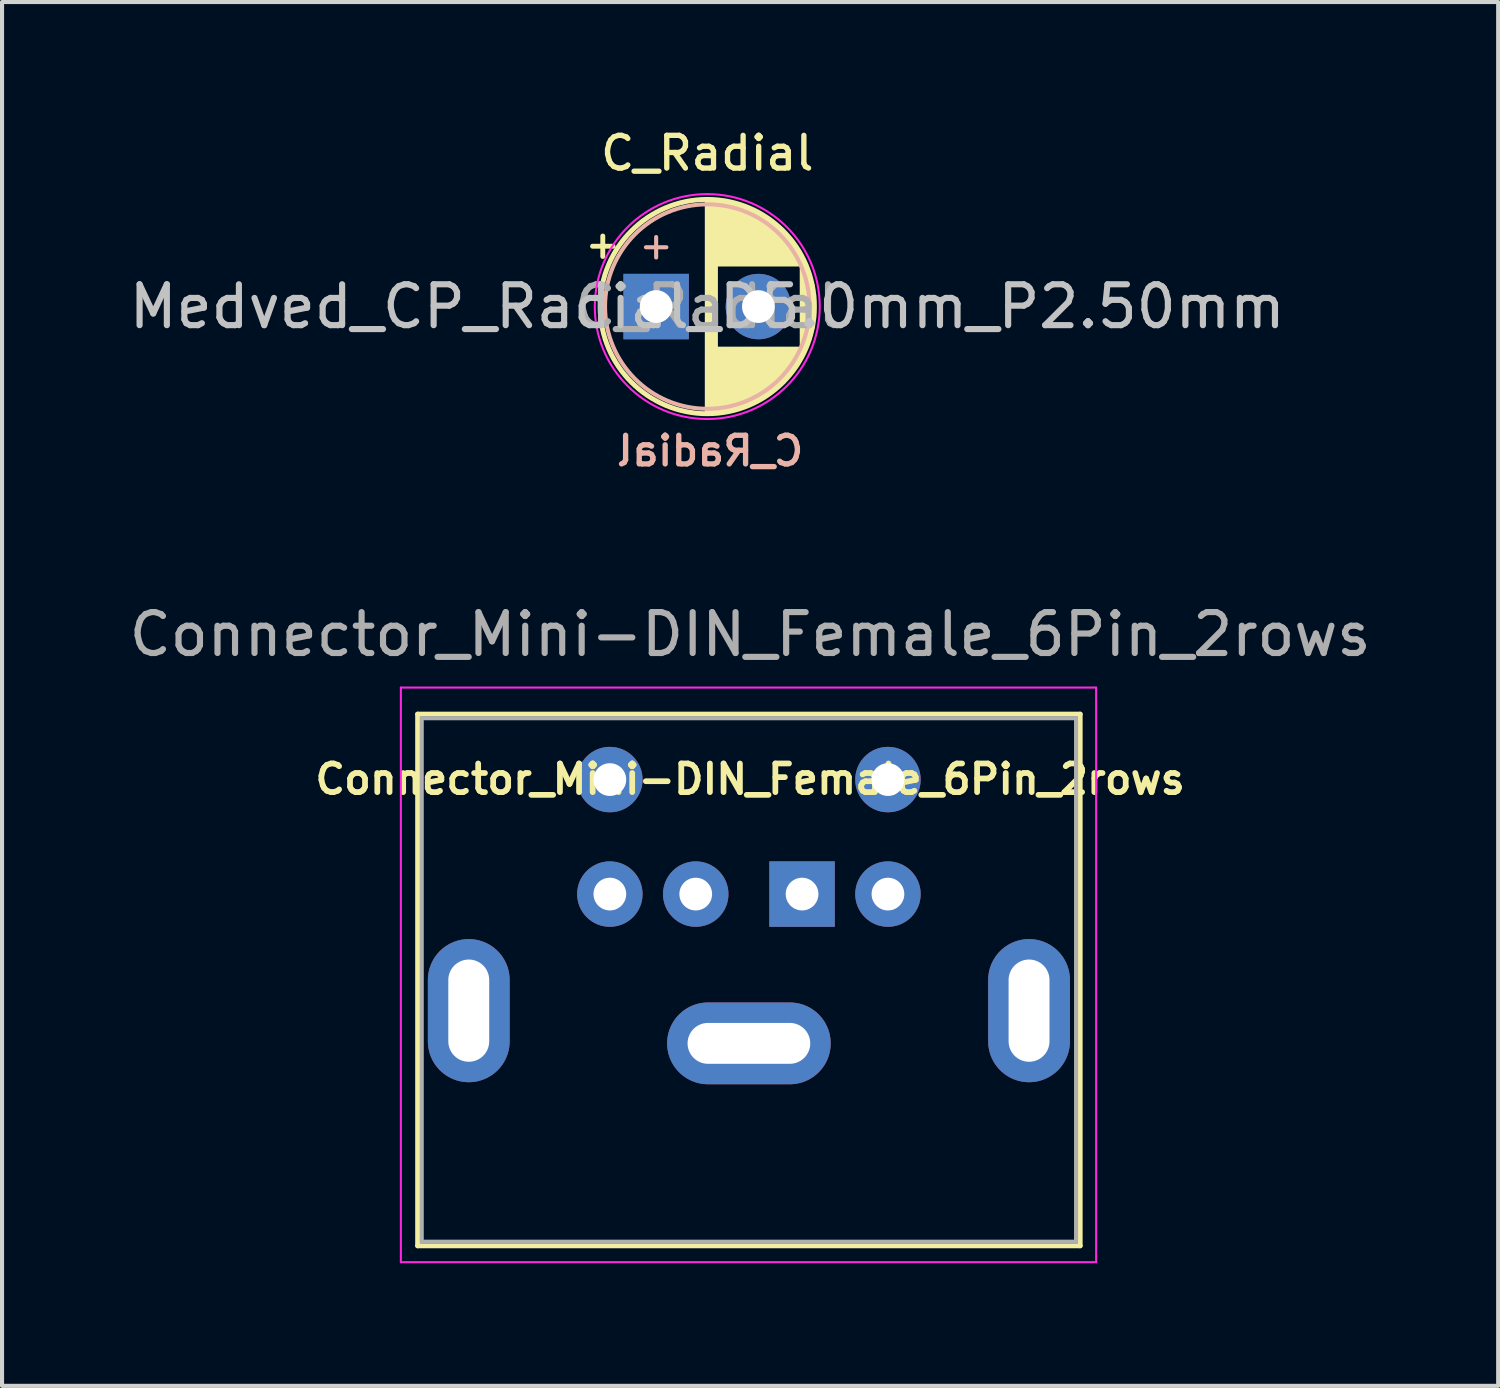
<source format=kicad_pcb>
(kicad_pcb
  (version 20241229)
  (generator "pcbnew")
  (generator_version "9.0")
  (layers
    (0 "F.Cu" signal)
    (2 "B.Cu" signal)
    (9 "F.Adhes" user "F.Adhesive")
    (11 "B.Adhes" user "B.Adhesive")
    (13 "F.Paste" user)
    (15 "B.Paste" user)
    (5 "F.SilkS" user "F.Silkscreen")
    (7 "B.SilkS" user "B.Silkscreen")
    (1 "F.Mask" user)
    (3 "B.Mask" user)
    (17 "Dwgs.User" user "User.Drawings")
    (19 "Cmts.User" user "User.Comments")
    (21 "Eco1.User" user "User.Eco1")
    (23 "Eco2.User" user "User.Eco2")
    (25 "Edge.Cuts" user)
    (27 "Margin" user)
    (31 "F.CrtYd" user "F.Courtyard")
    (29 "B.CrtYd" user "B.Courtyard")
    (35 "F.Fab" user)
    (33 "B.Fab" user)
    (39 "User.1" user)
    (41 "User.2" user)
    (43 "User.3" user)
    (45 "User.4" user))
  (footprint "C_Radial"
    (layer "F.Cu")
    (at 12.994 4.446)
    (property "Reference" "C_Radial" (at 1.25 -3.75 0) (layer "F.SilkS") (effects (font (size 0.8 0.8) (thickness 0.13))))
    (property "Value" "Medved_CP_Radial_D5.0mm_P2.50mm" (at 1.25 3.75 0) (layer "F.Fab") (hide yes) (effects (font (size 1 1) (thickness 0.15))))
    (attr through_hole)
    (fp_line (start -1.555 -1.475) (end -1.055 -1.475) (stroke (width 0.12) (type solid)) (layer "F.SilkS"))
    (fp_line (start -1.305 -1.725) (end -1.305 -1.225) (stroke (width 0.12) (type solid)) (layer "F.SilkS"))
    (fp_line (start 1.25 -2.58) (end 1.25 2.58) (stroke (width 0.12) (type solid)) (layer "F.SilkS"))
    (fp_line (start 1.29 -2.58) (end 1.29 2.58) (stroke (width 0.12) (type solid)) (layer "F.SilkS"))
    (fp_line (start 1.33 -2.579) (end 1.33 2.579) (stroke (width 0.12) (type solid)) (layer "F.SilkS"))
    (fp_line (start 1.37 -2.578) (end 1.37 2.578) (stroke (width 0.12) (type solid)) (layer "F.SilkS"))
    (fp_line (start 1.41 -2.576) (end 1.41 2.576) (stroke (width 0.12) (type solid)) (layer "F.SilkS"))
    (fp_line (start 1.45 -2.573) (end 1.45 2.573) (stroke (width 0.12) (type solid)) (layer "F.SilkS"))
    (fp_line (start 1.49 -2.569) (end 1.49 -1.04) (stroke (width 0.12) (type solid)) (layer "F.SilkS"))
    (fp_line (start 1.49 1.04) (end 1.49 2.569) (stroke (width 0.12) (type solid)) (layer "F.SilkS"))
    (fp_line (start 1.53 -2.565) (end 1.53 -1.04) (stroke (width 0.12) (type solid)) (layer "F.SilkS"))
    (fp_line (start 1.53 1.04) (end 1.53 2.565) (stroke (width 0.12) (type solid)) (layer "F.SilkS"))
    (fp_line (start 1.57 -2.561) (end 1.57 -1.04) (stroke (width 0.12) (type solid)) (layer "F.SilkS"))
    (fp_line (start 1.57 1.04) (end 1.57 2.561) (stroke (width 0.12) (type solid)) (layer "F.SilkS"))
    (fp_line (start 1.61 -2.556) (end 1.61 -1.04) (stroke (width 0.12) (type solid)) (layer "F.SilkS"))
    (fp_line (start 1.61 1.04) (end 1.61 2.556) (stroke (width 0.12) (type solid)) (layer "F.SilkS"))
    (fp_line (start 1.65 -2.55) (end 1.65 -1.04) (stroke (width 0.12) (type solid)) (layer "F.SilkS"))
    (fp_line (start 1.65 1.04) (end 1.65 2.55) (stroke (width 0.12) (type solid)) (layer "F.SilkS"))
    (fp_line (start 1.69 -2.543) (end 1.69 -1.04) (stroke (width 0.12) (type solid)) (layer "F.SilkS"))
    (fp_line (start 1.69 1.04) (end 1.69 2.543) (stroke (width 0.12) (type solid)) (layer "F.SilkS"))
    (fp_line (start 1.73 -2.536) (end 1.73 -1.04) (stroke (width 0.12) (type solid)) (layer "F.SilkS"))
    (fp_line (start 1.73 1.04) (end 1.73 2.536) (stroke (width 0.12) (type solid)) (layer "F.SilkS"))
    (fp_line (start 1.77 -2.528) (end 1.77 -1.04) (stroke (width 0.12) (type solid)) (layer "F.SilkS"))
    (fp_line (start 1.77 1.04) (end 1.77 2.528) (stroke (width 0.12) (type solid)) (layer "F.SilkS"))
    (fp_line (start 1.81 -2.52) (end 1.81 -1.04) (stroke (width 0.12) (type solid)) (layer "F.SilkS"))
    (fp_line (start 1.81 1.04) (end 1.81 2.52) (stroke (width 0.12) (type solid)) (layer "F.SilkS"))
    (fp_line (start 1.85 -2.511) (end 1.85 -1.04) (stroke (width 0.12) (type solid)) (layer "F.SilkS"))
    (fp_line (start 1.85 1.04) (end 1.85 2.511) (stroke (width 0.12) (type solid)) (layer "F.SilkS"))
    (fp_line (start 1.89 -2.501) (end 1.89 -1.04) (stroke (width 0.12) (type solid)) (layer "F.SilkS"))
    (fp_line (start 1.89 1.04) (end 1.89 2.501) (stroke (width 0.12) (type solid)) (layer "F.SilkS"))
    (fp_line (start 1.93 -2.491) (end 1.93 -1.04) (stroke (width 0.12) (type solid)) (layer "F.SilkS"))
    (fp_line (start 1.93 1.04) (end 1.93 2.491) (stroke (width 0.12) (type solid)) (layer "F.SilkS"))
    (fp_line (start 1.971 -2.48) (end 1.971 -1.04) (stroke (width 0.12) (type solid)) (layer "F.SilkS"))
    (fp_line (start 1.971 1.04) (end 1.971 2.48) (stroke (width 0.12) (type solid)) (layer "F.SilkS"))
    (fp_line (start 2.011 -2.468) (end 2.011 -1.04) (stroke (width 0.12) (type solid)) (layer "F.SilkS"))
    (fp_line (start 2.011 1.04) (end 2.011 2.468) (stroke (width 0.12) (type solid)) (layer "F.SilkS"))
    (fp_line (start 2.051 -2.455) (end 2.051 -1.04) (stroke (width 0.12) (type solid)) (layer "F.SilkS"))
    (fp_line (start 2.051 1.04) (end 2.051 2.455) (stroke (width 0.12) (type solid)) (layer "F.SilkS"))
    (fp_line (start 2.091 -2.442) (end 2.091 -1.04) (stroke (width 0.12) (type solid)) (layer "F.SilkS"))
    (fp_line (start 2.091 1.04) (end 2.091 2.442) (stroke (width 0.12) (type solid)) (layer "F.SilkS"))
    (fp_line (start 2.131 -2.428) (end 2.131 -1.04) (stroke (width 0.12) (type solid)) (layer "F.SilkS"))
    (fp_line (start 2.131 1.04) (end 2.131 2.428) (stroke (width 0.12) (type solid)) (layer "F.SilkS"))
    (fp_line (start 2.171 -2.414) (end 2.171 -1.04) (stroke (width 0.12) (type solid)) (layer "F.SilkS"))
    (fp_line (start 2.171 1.04) (end 2.171 2.414) (stroke (width 0.12) (type solid)) (layer "F.SilkS"))
    (fp_line (start 2.211 -2.398) (end 2.211 -1.04) (stroke (width 0.12) (type solid)) (layer "F.SilkS"))
    (fp_line (start 2.211 1.04) (end 2.211 2.398) (stroke (width 0.12) (type solid)) (layer "F.SilkS"))
    (fp_line (start 2.251 -2.382) (end 2.251 -1.04) (stroke (width 0.12) (type solid)) (layer "F.SilkS"))
    (fp_line (start 2.251 1.04) (end 2.251 2.382) (stroke (width 0.12) (type solid)) (layer "F.SilkS"))
    (fp_line (start 2.291 -2.365) (end 2.291 -1.04) (stroke (width 0.12) (type solid)) (layer "F.SilkS"))
    (fp_line (start 2.291 1.04) (end 2.291 2.365) (stroke (width 0.12) (type solid)) (layer "F.SilkS"))
    (fp_line (start 2.331 -2.348) (end 2.331 -1.04) (stroke (width 0.12) (type solid)) (layer "F.SilkS"))
    (fp_line (start 2.331 1.04) (end 2.331 2.348) (stroke (width 0.12) (type solid)) (layer "F.SilkS"))
    (fp_line (start 2.371 -2.329) (end 2.371 -1.04) (stroke (width 0.12) (type solid)) (layer "F.SilkS"))
    (fp_line (start 2.371 1.04) (end 2.371 2.329) (stroke (width 0.12) (type solid)) (layer "F.SilkS"))
    (fp_line (start 2.411 -2.31) (end 2.411 -1.04) (stroke (width 0.12) (type solid)) (layer "F.SilkS"))
    (fp_line (start 2.411 1.04) (end 2.411 2.31) (stroke (width 0.12) (type solid)) (layer "F.SilkS"))
    (fp_line (start 2.451 -2.29) (end 2.451 -1.04) (stroke (width 0.12) (type solid)) (layer "F.SilkS"))
    (fp_line (start 2.451 1.04) (end 2.451 2.29) (stroke (width 0.12) (type solid)) (layer "F.SilkS"))
    (fp_line (start 2.491 -2.268) (end 2.491 -1.04) (stroke (width 0.12) (type solid)) (layer "F.SilkS"))
    (fp_line (start 2.491 1.04) (end 2.491 2.268) (stroke (width 0.12) (type solid)) (layer "F.SilkS"))
    (fp_line (start 2.531 -2.247) (end 2.531 -1.04) (stroke (width 0.12) (type solid)) (layer "F.SilkS"))
    (fp_line (start 2.531 1.04) (end 2.531 2.247) (stroke (width 0.12) (type solid)) (layer "F.SilkS"))
    (fp_line (start 2.571 -2.224) (end 2.571 -1.04) (stroke (width 0.12) (type solid)) (layer "F.SilkS"))
    (fp_line (start 2.571 1.04) (end 2.571 2.224) (stroke (width 0.12) (type solid)) (layer "F.SilkS"))
    (fp_line (start 2.611 -2.2) (end 2.611 -1.04) (stroke (width 0.12) (type solid)) (layer "F.SilkS"))
    (fp_line (start 2.611 1.04) (end 2.611 2.2) (stroke (width 0.12) (type solid)) (layer "F.SilkS"))
    (fp_line (start 2.651 -2.175) (end 2.651 -1.04) (stroke (width 0.12) (type solid)) (layer "F.SilkS"))
    (fp_line (start 2.651 1.04) (end 2.651 2.175) (stroke (width 0.12) (type solid)) (layer "F.SilkS"))
    (fp_line (start 2.691 -2.149) (end 2.691 -1.04) (stroke (width 0.12) (type solid)) (layer "F.SilkS"))
    (fp_line (start 2.691 1.04) (end 2.691 2.149) (stroke (width 0.12) (type solid)) (layer "F.SilkS"))
    (fp_line (start 2.731 -2.122) (end 2.731 -1.04) (stroke (width 0.12) (type solid)) (layer "F.SilkS"))
    (fp_line (start 2.731 1.04) (end 2.731 2.122) (stroke (width 0.12) (type solid)) (layer "F.SilkS"))
    (fp_line (start 2.771 -2.095) (end 2.771 -1.04) (stroke (width 0.12) (type solid)) (layer "F.SilkS"))
    (fp_line (start 2.771 1.04) (end 2.771 2.095) (stroke (width 0.12) (type solid)) (layer "F.SilkS"))
    (fp_line (start 2.811 -2.065) (end 2.811 -1.04) (stroke (width 0.12) (type solid)) (layer "F.SilkS"))
    (fp_line (start 2.811 1.04) (end 2.811 2.065) (stroke (width 0.12) (type solid)) (layer "F.SilkS"))
    (fp_line (start 2.851 -2.035) (end 2.851 -1.04) (stroke (width 0.12) (type solid)) (layer "F.SilkS"))
    (fp_line (start 2.851 1.04) (end 2.851 2.035) (stroke (width 0.12) (type solid)) (layer "F.SilkS"))
    (fp_line (start 2.891 -2.004) (end 2.891 -1.04) (stroke (width 0.12) (type solid)) (layer "F.SilkS"))
    (fp_line (start 2.891 1.04) (end 2.891 2.004) (stroke (width 0.12) (type solid)) (layer "F.SilkS"))
    (fp_line (start 2.931 -1.971) (end 2.931 -1.04) (stroke (width 0.12) (type solid)) (layer "F.SilkS"))
    (fp_line (start 2.931 1.04) (end 2.931 1.971) (stroke (width 0.12) (type solid)) (layer "F.SilkS"))
    (fp_line (start 2.971 -1.937) (end 2.971 -1.04) (stroke (width 0.12) (type solid)) (layer "F.SilkS"))
    (fp_line (start 2.971 1.04) (end 2.971 1.937) (stroke (width 0.12) (type solid)) (layer "F.SilkS"))
    (fp_line (start 3.011 -1.901) (end 3.011 -1.04) (stroke (width 0.12) (type solid)) (layer "F.SilkS"))
    (fp_line (start 3.011 1.04) (end 3.011 1.901) (stroke (width 0.12) (type solid)) (layer "F.SilkS"))
    (fp_line (start 3.051 -1.864) (end 3.051 -1.04) (stroke (width 0.12) (type solid)) (layer "F.SilkS"))
    (fp_line (start 3.051 1.04) (end 3.051 1.864) (stroke (width 0.12) (type solid)) (layer "F.SilkS"))
    (fp_line (start 3.091 -1.826) (end 3.091 -1.04) (stroke (width 0.12) (type solid)) (layer "F.SilkS"))
    (fp_line (start 3.091 1.04) (end 3.091 1.826) (stroke (width 0.12) (type solid)) (layer "F.SilkS"))
    (fp_line (start 3.131 -1.785) (end 3.131 -1.04) (stroke (width 0.12) (type solid)) (layer "F.SilkS"))
    (fp_line (start 3.131 1.04) (end 3.131 1.785) (stroke (width 0.12) (type solid)) (layer "F.SilkS"))
    (fp_line (start 3.171 -1.743) (end 3.171 -1.04) (stroke (width 0.12) (type solid)) (layer "F.SilkS"))
    (fp_line (start 3.171 1.04) (end 3.171 1.743) (stroke (width 0.12) (type solid)) (layer "F.SilkS"))
    (fp_line (start 3.211 -1.699) (end 3.211 -1.04) (stroke (width 0.12) (type solid)) (layer "F.SilkS"))
    (fp_line (start 3.211 1.04) (end 3.211 1.699) (stroke (width 0.12) (type solid)) (layer "F.SilkS"))
    (fp_line (start 3.251 -1.653) (end 3.251 -1.04) (stroke (width 0.12) (type solid)) (layer "F.SilkS"))
    (fp_line (start 3.251 1.04) (end 3.251 1.653) (stroke (width 0.12) (type solid)) (layer "F.SilkS"))
    (fp_line (start 3.291 -1.605) (end 3.291 -1.04) (stroke (width 0.12) (type solid)) (layer "F.SilkS"))
    (fp_line (start 3.291 1.04) (end 3.291 1.605) (stroke (width 0.12) (type solid)) (layer "F.SilkS"))
    (fp_line (start 3.331 -1.554) (end 3.331 -1.04) (stroke (width 0.12) (type solid)) (layer "F.SilkS"))
    (fp_line (start 3.331 1.04) (end 3.331 1.554) (stroke (width 0.12) (type solid)) (layer "F.SilkS"))
    (fp_line (start 3.371 -1.5) (end 3.371 -1.04) (stroke (width 0.12) (type solid)) (layer "F.SilkS"))
    (fp_line (start 3.371 1.04) (end 3.371 1.5) (stroke (width 0.12) (type solid)) (layer "F.SilkS"))
    (fp_line (start 3.411 -1.443) (end 3.411 -1.04) (stroke (width 0.12) (type solid)) (layer "F.SilkS"))
    (fp_line (start 3.411 1.04) (end 3.411 1.443) (stroke (width 0.12) (type solid)) (layer "F.SilkS"))
    (fp_line (start 3.451 -1.383) (end 3.451 -1.04) (stroke (width 0.12) (type solid)) (layer "F.SilkS"))
    (fp_line (start 3.451 1.04) (end 3.451 1.383) (stroke (width 0.12) (type solid)) (layer "F.SilkS"))
    (fp_line (start 3.491 -1.319) (end 3.491 -1.04) (stroke (width 0.12) (type solid)) (layer "F.SilkS"))
    (fp_line (start 3.491 1.04) (end 3.491 1.319) (stroke (width 0.12) (type solid)) (layer "F.SilkS"))
    (fp_line (start 3.531 -1.251) (end 3.531 -1.04) (stroke (width 0.12) (type solid)) (layer "F.SilkS"))
    (fp_line (start 3.531 1.04) (end 3.531 1.251) (stroke (width 0.12) (type solid)) (layer "F.SilkS"))
    (fp_line (start 3.571 -1.178) (end 3.571 1.178) (stroke (width 0.12) (type solid)) (layer "F.SilkS"))
    (fp_line (start 3.611 -1.098) (end 3.611 1.098) (stroke (width 0.12) (type solid)) (layer "F.SilkS"))
    (fp_line (start 3.651 -1.011) (end 3.651 1.011) (stroke (width 0.12) (type solid)) (layer "F.SilkS"))
    (fp_line (start 3.691 -0.915) (end 3.691 0.915) (stroke (width 0.12) (type solid)) (layer "F.SilkS"))
    (fp_line (start 3.731 -0.805) (end 3.731 0.805) (stroke (width 0.12) (type solid)) (layer "F.SilkS"))
    (fp_line (start 3.771 -0.677) (end 3.771 0.677) (stroke (width 0.12) (type solid)) (layer "F.SilkS"))
    (fp_line (start 3.811 -0.518) (end 3.811 0.518) (stroke (width 0.12) (type solid)) (layer "F.SilkS"))
    (fp_line (start 3.851 -0.284) (end 3.851 0.284) (stroke (width 0.12) (type solid)) (layer "F.SilkS"))
    (fp_circle (center 1.25 0) (end 3.87 0) (stroke (width 0.12) (type solid)) (fill no) (layer "F.SilkS"))
    (fp_line (start -0.25 -1.45) (end 0.25 -1.45) (stroke (width 0.1) (type solid)) (layer "B.SilkS"))
    (fp_line (start 0 -1.7) (end 0 -1.2) (stroke (width 0.1) (type solid)) (layer "B.SilkS"))
    (fp_circle (center 1.25 0) (end 3.75 0) (stroke (width 0.1) (type solid)) (fill no) (layer "B.SilkS"))
    (fp_circle (center 1.25 0) (end 4 0) (stroke (width 0.05) (type solid)) (fill no) (layer "F.CrtYd"))
    (fp_text user "${REFERENCE}" (at 1.32 3.53 0) (layer "B.SilkS") (effects (font (size 0.7 0.7) (thickness 0.13) (bold yes)) (justify mirror)))
    (fp_text user "${VALUE}" (at 1.25 0 0) (layer "Dwgs.User") (effects (font (size 1 1) (thickness 0.15))))
    (fp_text user "${REFERENCE}" (at 1.25 0 0) (layer "F.Fab") (effects (font (size 1 1) (thickness 0.15))))
    (pad "1" thru_hole rect (at 0 0) (size 1.6 1.6) (drill 0.8) (layers "*.Cu" "*.Mask"))
    (pad "2" thru_hole circle (at 2.5 0) (size 1.6 1.6) (drill 0.8) (layers "*.Cu" "*.Mask")))
  (footprint "Connector_Mini-DIN_Female_6Pin_2rows"
    (layer "F.Cu")
    (at 16.562 18.812)
    (property "Reference" "Connector_Mini-DIN_Female_6Pin_2rows" (at -1.27 -2.81 0) (layer "F.SilkS") (effects (font (size 0.7 0.7) (thickness 0.14) (bold yes))))
    (attr through_hole)
    (fp_line (start -9.4 -4.4) (end -9.4 8.6) (stroke (width 0.12) (type solid)) (layer "F.SilkS"))
    (fp_line (start -9.4 -4.4) (end 6.8 -4.4) (stroke (width 0.12) (type solid)) (layer "F.SilkS"))
    (fp_line (start -9.4 8.6) (end 6.8 8.6) (stroke (width 0.12) (type solid)) (layer "F.SilkS"))
    (fp_line (start 6.8 -4.4) (end 6.8 8.6) (stroke (width 0.12) (type solid)) (layer "F.SilkS"))
    (fp_line (start -9.81 -5.05) (end -9.81 9) (stroke (width 0.05) (type solid)) (layer "F.CrtYd"))
    (fp_line (start -9.81 -5.05) (end 7.19 -5.05) (stroke (width 0.05) (type solid)) (layer "F.CrtYd"))
    (fp_line (start 7.19 9) (end -9.81 9) (stroke (width 0.05) (type solid)) (layer "F.CrtYd"))
    (fp_line (start 7.19 9) (end 7.19 -5.05) (stroke (width 0.05) (type solid)) (layer "F.CrtYd"))
    (fp_line (start -9.3 -4.3) (end 6.7 -4.3) (stroke (width 0.1) (type solid)) (layer "F.Fab"))
    (fp_line (start -9.3 8.5) (end -9.3 -4.3) (stroke (width 0.1) (type solid)) (layer "F.Fab"))
    (fp_line (start 6.7 -4.3) (end 6.7 8.5) (stroke (width 0.1) (type solid)) (layer "F.Fab"))
    (fp_line (start 6.7 8.5) (end -9.3 8.5) (stroke (width 0.1) (type solid)) (layer "F.Fab"))
    (fp_text user "${REFERENCE}" (at -1.27 -6.35 0) (layer "F.Fab") (effects (font (size 1 1) (thickness 0.15))))
    (pad "1" thru_hole rect (at 0 0) (size 1.6 1.6) (drill 0.8) (layers "*.Cu" "*.Mask"))
    (pad "2" thru_hole circle (at -2.6 0) (size 1.6 1.6) (drill 0.8) (layers "*.Cu" "*.Mask"))
    (pad "3" thru_hole circle (at 2.1 0) (size 1.6 1.6) (drill 0.8) (layers "*.Cu" "*.Mask"))
    (pad "4" thru_hole circle (at -4.7 0) (size 1.6 1.6) (drill 0.8) (layers "*.Cu" "*.Mask"))
    (pad "5" thru_hole circle (at 2.1 -2.8) (size 1.6 1.6) (drill 0.8) (layers "*.Cu" "*.Mask"))
    (pad "6" thru_hole circle (at -4.7 -2.8) (size 1.6 1.6) (drill 0.8) (layers "*.Cu" "*.Mask"))
    (pad "7" thru_hole oval (at -8.15 2.85) (size 2 3.5) (drill oval 1 2.5) (layers "*.Cu" "*.Mask"))
    (pad "7" thru_hole oval (at -1.3 3.65) (size 4 2) (drill oval 3 1) (layers "*.Cu" "*.Mask"))
    (pad "7" thru_hole oval (at 5.55 2.85) (size 2 3.5) (drill oval 1 2.5) (layers "*.Cu" "*.Mask")))
  (gr_rect
    (start -3 -3)
    (end 33.583 30.837)
    (stroke (width 0.1) (type default))
    (fill no)
    (layer "Edge.Cuts")))
</source>
